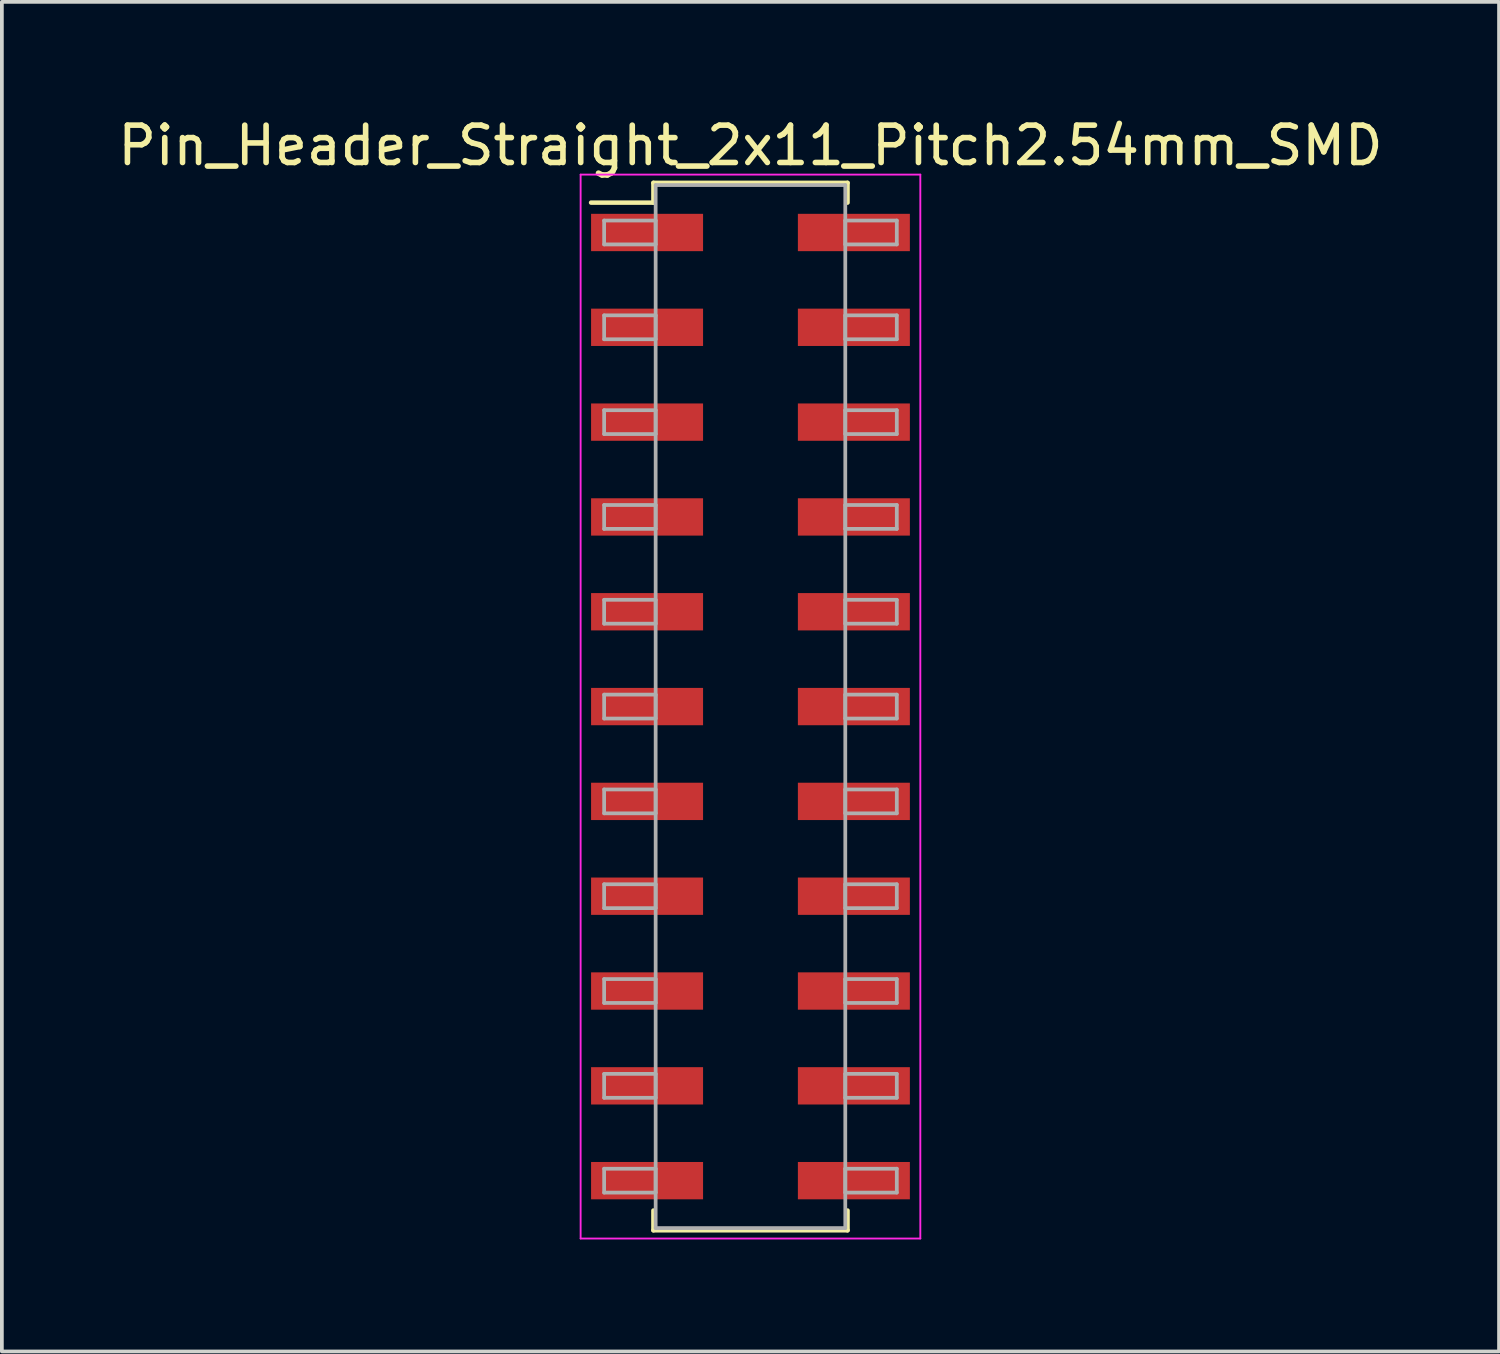
<source format=kicad_pcb>
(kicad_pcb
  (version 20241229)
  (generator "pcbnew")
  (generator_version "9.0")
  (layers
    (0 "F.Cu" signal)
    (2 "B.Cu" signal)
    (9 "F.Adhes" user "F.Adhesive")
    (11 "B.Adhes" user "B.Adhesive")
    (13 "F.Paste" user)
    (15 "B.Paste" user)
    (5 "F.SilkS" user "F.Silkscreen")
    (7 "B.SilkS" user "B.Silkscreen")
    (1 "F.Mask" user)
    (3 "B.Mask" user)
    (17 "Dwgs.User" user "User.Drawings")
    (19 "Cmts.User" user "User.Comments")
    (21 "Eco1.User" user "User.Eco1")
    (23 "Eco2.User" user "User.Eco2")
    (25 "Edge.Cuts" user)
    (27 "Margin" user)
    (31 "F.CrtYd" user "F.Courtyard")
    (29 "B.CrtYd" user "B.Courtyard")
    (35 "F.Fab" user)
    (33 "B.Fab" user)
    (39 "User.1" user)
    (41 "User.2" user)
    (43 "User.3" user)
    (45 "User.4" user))
  (footprint "Pin_Header_Straight_2x11_Pitch2.54mm_SMD"
    (layer "F.Cu")
    (at 17.054 15.878)
    (property "Reference" "Pin_Header_Straight_2x11_Pitch2.54mm_SMD" (at 0 -15.03 0) (layer "F.SilkS") (effects (font (size 1 1) (thickness 0.15))))
    (attr smd)
    (fp_line (start -4.27 -13.5) (end -2.6 -13.5) (stroke (width 0.12) (type solid)) (layer "F.SilkS"))
    (fp_line (start -2.6 -14.03) (end 2.6 -14.03) (stroke (width 0.12) (type solid)) (layer "F.SilkS"))
    (fp_line (start -2.6 -13.5) (end -2.6 -14.03) (stroke (width 0.12) (type solid)) (layer "F.SilkS"))
    (fp_line (start -2.6 13.5) (end -2.6 14.03) (stroke (width 0.12) (type solid)) (layer "F.SilkS"))
    (fp_line (start -2.6 14.03) (end 2.6 14.03) (stroke (width 0.12) (type solid)) (layer "F.SilkS"))
    (fp_line (start 2.6 -14.03) (end 2.6 -13.5) (stroke (width 0.12) (type solid)) (layer "F.SilkS"))
    (fp_line (start 2.6 14.03) (end 2.6 13.5) (stroke (width 0.12) (type solid)) (layer "F.SilkS"))
    (fp_line (start -4.55 -14.25) (end -4.55 14.25) (stroke (width 0.05) (type solid)) (layer "F.CrtYd"))
    (fp_line (start -4.55 14.25) (end 4.55 14.25) (stroke (width 0.05) (type solid)) (layer "F.CrtYd"))
    (fp_line (start 4.55 -14.25) (end -4.55 -14.25) (stroke (width 0.05) (type solid)) (layer "F.CrtYd"))
    (fp_line (start 4.55 14.25) (end 4.55 -14.25) (stroke (width 0.05) (type solid)) (layer "F.CrtYd"))
    (fp_line (start -3.92 -13.02) (end -2.54 -13.02) (stroke (width 0.1) (type solid)) (layer "F.Fab"))
    (fp_line (start -3.92 -12.38) (end -3.92 -13.02) (stroke (width 0.1) (type solid)) (layer "F.Fab"))
    (fp_line (start -3.92 -10.48) (end -2.54 -10.48) (stroke (width 0.1) (type solid)) (layer "F.Fab"))
    (fp_line (start -3.92 -9.84) (end -3.92 -10.48) (stroke (width 0.1) (type solid)) (layer "F.Fab"))
    (fp_line (start -3.92 -7.94) (end -2.54 -7.94) (stroke (width 0.1) (type solid)) (layer "F.Fab"))
    (fp_line (start -3.92 -7.3) (end -3.92 -7.94) (stroke (width 0.1) (type solid)) (layer "F.Fab"))
    (fp_line (start -3.92 -5.4) (end -2.54 -5.4) (stroke (width 0.1) (type solid)) (layer "F.Fab"))
    (fp_line (start -3.92 -4.76) (end -3.92 -5.4) (stroke (width 0.1) (type solid)) (layer "F.Fab"))
    (fp_line (start -3.92 -2.86) (end -2.54 -2.86) (stroke (width 0.1) (type solid)) (layer "F.Fab"))
    (fp_line (start -3.92 -2.22) (end -3.92 -2.86) (stroke (width 0.1) (type solid)) (layer "F.Fab"))
    (fp_line (start -3.92 -0.32) (end -2.54 -0.32) (stroke (width 0.1) (type solid)) (layer "F.Fab"))
    (fp_line (start -3.92 0.32) (end -3.92 -0.32) (stroke (width 0.1) (type solid)) (layer "F.Fab"))
    (fp_line (start -3.92 2.22) (end -2.54 2.22) (stroke (width 0.1) (type solid)) (layer "F.Fab"))
    (fp_line (start -3.92 2.86) (end -3.92 2.22) (stroke (width 0.1) (type solid)) (layer "F.Fab"))
    (fp_line (start -3.92 4.76) (end -2.54 4.76) (stroke (width 0.1) (type solid)) (layer "F.Fab"))
    (fp_line (start -3.92 5.4) (end -3.92 4.76) (stroke (width 0.1) (type solid)) (layer "F.Fab"))
    (fp_line (start -3.92 7.3) (end -2.54 7.3) (stroke (width 0.1) (type solid)) (layer "F.Fab"))
    (fp_line (start -3.92 7.94) (end -3.92 7.3) (stroke (width 0.1) (type solid)) (layer "F.Fab"))
    (fp_line (start -3.92 9.84) (end -2.54 9.84) (stroke (width 0.1) (type solid)) (layer "F.Fab"))
    (fp_line (start -3.92 10.48) (end -3.92 9.84) (stroke (width 0.1) (type solid)) (layer "F.Fab"))
    (fp_line (start -3.92 12.38) (end -2.54 12.38) (stroke (width 0.1) (type solid)) (layer "F.Fab"))
    (fp_line (start -3.92 13.02) (end -3.92 12.38) (stroke (width 0.1) (type solid)) (layer "F.Fab"))
    (fp_line (start -2.54 -13.97) (end -2.54 13.97) (stroke (width 0.1) (type solid)) (layer "F.Fab"))
    (fp_line (start -2.54 -13.02) (end -2.54 -12.38) (stroke (width 0.1) (type solid)) (layer "F.Fab"))
    (fp_line (start -2.54 -12.38) (end -3.92 -12.38) (stroke (width 0.1) (type solid)) (layer "F.Fab"))
    (fp_line (start -2.54 -10.48) (end -2.54 -9.84) (stroke (width 0.1) (type solid)) (layer "F.Fab"))
    (fp_line (start -2.54 -9.84) (end -3.92 -9.84) (stroke (width 0.1) (type solid)) (layer "F.Fab"))
    (fp_line (start -2.54 -7.94) (end -2.54 -7.3) (stroke (width 0.1) (type solid)) (layer "F.Fab"))
    (fp_line (start -2.54 -7.3) (end -3.92 -7.3) (stroke (width 0.1) (type solid)) (layer "F.Fab"))
    (fp_line (start -2.54 -5.4) (end -2.54 -4.76) (stroke (width 0.1) (type solid)) (layer "F.Fab"))
    (fp_line (start -2.54 -4.76) (end -3.92 -4.76) (stroke (width 0.1) (type solid)) (layer "F.Fab"))
    (fp_line (start -2.54 -2.86) (end -2.54 -2.22) (stroke (width 0.1) (type solid)) (layer "F.Fab"))
    (fp_line (start -2.54 -2.22) (end -3.92 -2.22) (stroke (width 0.1) (type solid)) (layer "F.Fab"))
    (fp_line (start -2.54 -0.32) (end -2.54 0.32) (stroke (width 0.1) (type solid)) (layer "F.Fab"))
    (fp_line (start -2.54 0.32) (end -3.92 0.32) (stroke (width 0.1) (type solid)) (layer "F.Fab"))
    (fp_line (start -2.54 2.22) (end -2.54 2.86) (stroke (width 0.1) (type solid)) (layer "F.Fab"))
    (fp_line (start -2.54 2.86) (end -3.92 2.86) (stroke (width 0.1) (type solid)) (layer "F.Fab"))
    (fp_line (start -2.54 4.76) (end -2.54 5.4) (stroke (width 0.1) (type solid)) (layer "F.Fab"))
    (fp_line (start -2.54 5.4) (end -3.92 5.4) (stroke (width 0.1) (type solid)) (layer "F.Fab"))
    (fp_line (start -2.54 7.3) (end -2.54 7.94) (stroke (width 0.1) (type solid)) (layer "F.Fab"))
    (fp_line (start -2.54 7.94) (end -3.92 7.94) (stroke (width 0.1) (type solid)) (layer "F.Fab"))
    (fp_line (start -2.54 9.84) (end -2.54 10.48) (stroke (width 0.1) (type solid)) (layer "F.Fab"))
    (fp_line (start -2.54 10.48) (end -3.92 10.48) (stroke (width 0.1) (type solid)) (layer "F.Fab"))
    (fp_line (start -2.54 12.38) (end -2.54 13.02) (stroke (width 0.1) (type solid)) (layer "F.Fab"))
    (fp_line (start -2.54 13.02) (end -3.92 13.02) (stroke (width 0.1) (type solid)) (layer "F.Fab"))
    (fp_line (start -2.54 13.97) (end 2.54 13.97) (stroke (width 0.1) (type solid)) (layer "F.Fab"))
    (fp_line (start 2.54 -13.97) (end -2.54 -13.97) (stroke (width 0.1) (type solid)) (layer "F.Fab"))
    (fp_line (start 2.54 -13.02) (end 2.54 -12.38) (stroke (width 0.1) (type solid)) (layer "F.Fab"))
    (fp_line (start 2.54 -12.38) (end 3.92 -12.38) (stroke (width 0.1) (type solid)) (layer "F.Fab"))
    (fp_line (start 2.54 -10.48) (end 2.54 -9.84) (stroke (width 0.1) (type solid)) (layer "F.Fab"))
    (fp_line (start 2.54 -9.84) (end 3.92 -9.84) (stroke (width 0.1) (type solid)) (layer "F.Fab"))
    (fp_line (start 2.54 -7.94) (end 2.54 -7.3) (stroke (width 0.1) (type solid)) (layer "F.Fab"))
    (fp_line (start 2.54 -7.3) (end 3.92 -7.3) (stroke (width 0.1) (type solid)) (layer "F.Fab"))
    (fp_line (start 2.54 -5.4) (end 2.54 -4.76) (stroke (width 0.1) (type solid)) (layer "F.Fab"))
    (fp_line (start 2.54 -4.76) (end 3.92 -4.76) (stroke (width 0.1) (type solid)) (layer "F.Fab"))
    (fp_line (start 2.54 -2.86) (end 2.54 -2.22) (stroke (width 0.1) (type solid)) (layer "F.Fab"))
    (fp_line (start 2.54 -2.22) (end 3.92 -2.22) (stroke (width 0.1) (type solid)) (layer "F.Fab"))
    (fp_line (start 2.54 -0.32) (end 2.54 0.32) (stroke (width 0.1) (type solid)) (layer "F.Fab"))
    (fp_line (start 2.54 0.32) (end 3.92 0.32) (stroke (width 0.1) (type solid)) (layer "F.Fab"))
    (fp_line (start 2.54 2.22) (end 2.54 2.86) (stroke (width 0.1) (type solid)) (layer "F.Fab"))
    (fp_line (start 2.54 2.86) (end 3.92 2.86) (stroke (width 0.1) (type solid)) (layer "F.Fab"))
    (fp_line (start 2.54 4.76) (end 2.54 5.4) (stroke (width 0.1) (type solid)) (layer "F.Fab"))
    (fp_line (start 2.54 5.4) (end 3.92 5.4) (stroke (width 0.1) (type solid)) (layer "F.Fab"))
    (fp_line (start 2.54 7.3) (end 2.54 7.94) (stroke (width 0.1) (type solid)) (layer "F.Fab"))
    (fp_line (start 2.54 7.94) (end 3.92 7.94) (stroke (width 0.1) (type solid)) (layer "F.Fab"))
    (fp_line (start 2.54 9.84) (end 2.54 10.48) (stroke (width 0.1) (type solid)) (layer "F.Fab"))
    (fp_line (start 2.54 10.48) (end 3.92 10.48) (stroke (width 0.1) (type solid)) (layer "F.Fab"))
    (fp_line (start 2.54 12.38) (end 2.54 13.02) (stroke (width 0.1) (type solid)) (layer "F.Fab"))
    (fp_line (start 2.54 13.02) (end 3.92 13.02) (stroke (width 0.1) (type solid)) (layer "F.Fab"))
    (fp_line (start 2.54 13.97) (end 2.54 -13.97) (stroke (width 0.1) (type solid)) (layer "F.Fab"))
    (fp_line (start 3.92 -13.02) (end 2.54 -13.02) (stroke (width 0.1) (type solid)) (layer "F.Fab"))
    (fp_line (start 3.92 -12.38) (end 3.92 -13.02) (stroke (width 0.1) (type solid)) (layer "F.Fab"))
    (fp_line (start 3.92 -10.48) (end 2.54 -10.48) (stroke (width 0.1) (type solid)) (layer "F.Fab"))
    (fp_line (start 3.92 -9.84) (end 3.92 -10.48) (stroke (width 0.1) (type solid)) (layer "F.Fab"))
    (fp_line (start 3.92 -7.94) (end 2.54 -7.94) (stroke (width 0.1) (type solid)) (layer "F.Fab"))
    (fp_line (start 3.92 -7.3) (end 3.92 -7.94) (stroke (width 0.1) (type solid)) (layer "F.Fab"))
    (fp_line (start 3.92 -5.4) (end 2.54 -5.4) (stroke (width 0.1) (type solid)) (layer "F.Fab"))
    (fp_line (start 3.92 -4.76) (end 3.92 -5.4) (stroke (width 0.1) (type solid)) (layer "F.Fab"))
    (fp_line (start 3.92 -2.86) (end 2.54 -2.86) (stroke (width 0.1) (type solid)) (layer "F.Fab"))
    (fp_line (start 3.92 -2.22) (end 3.92 -2.86) (stroke (width 0.1) (type solid)) (layer "F.Fab"))
    (fp_line (start 3.92 -0.32) (end 2.54 -0.32) (stroke (width 0.1) (type solid)) (layer "F.Fab"))
    (fp_line (start 3.92 0.32) (end 3.92 -0.32) (stroke (width 0.1) (type solid)) (layer "F.Fab"))
    (fp_line (start 3.92 2.22) (end 2.54 2.22) (stroke (width 0.1) (type solid)) (layer "F.Fab"))
    (fp_line (start 3.92 2.86) (end 3.92 2.22) (stroke (width 0.1) (type solid)) (layer "F.Fab"))
    (fp_line (start 3.92 4.76) (end 2.54 4.76) (stroke (width 0.1) (type solid)) (layer "F.Fab"))
    (fp_line (start 3.92 5.4) (end 3.92 4.76) (stroke (width 0.1) (type solid)) (layer "F.Fab"))
    (fp_line (start 3.92 7.3) (end 2.54 7.3) (stroke (width 0.1) (type solid)) (layer "F.Fab"))
    (fp_line (start 3.92 7.94) (end 3.92 7.3) (stroke (width 0.1) (type solid)) (layer "F.Fab"))
    (fp_line (start 3.92 9.84) (end 2.54 9.84) (stroke (width 0.1) (type solid)) (layer "F.Fab"))
    (fp_line (start 3.92 10.48) (end 3.92 9.84) (stroke (width 0.1) (type solid)) (layer "F.Fab"))
    (fp_line (start 3.92 12.38) (end 2.54 12.38) (stroke (width 0.1) (type solid)) (layer "F.Fab"))
    (fp_line (start 3.92 13.02) (end 3.92 12.38) (stroke (width 0.1) (type solid)) (layer "F.Fab"))
    (pad "1" smd rect (at -2.77 -12.7) (size 3 1) (layers "F.Cu" "F.Mask"))
    (pad "2" smd rect (at 2.77 -12.7) (size 3 1) (layers "F.Cu" "F.Mask"))
    (pad "3" smd rect (at -2.77 -10.16) (size 3 1) (layers "F.Cu" "F.Mask"))
    (pad "4" smd rect (at 2.77 -10.16) (size 3 1) (layers "F.Cu" "F.Mask"))
    (pad "5" smd rect (at -2.77 -7.62) (size 3 1) (layers "F.Cu" "F.Mask"))
    (pad "6" smd rect (at 2.77 -7.62) (size 3 1) (layers "F.Cu" "F.Mask"))
    (pad "7" smd rect (at -2.77 -5.08) (size 3 1) (layers "F.Cu" "F.Mask"))
    (pad "8" smd rect (at 2.77 -5.08) (size 3 1) (layers "F.Cu" "F.Mask"))
    (pad "9" smd rect (at -2.77 -2.54) (size 3 1) (layers "F.Cu" "F.Mask"))
    (pad "10" smd rect (at 2.77 -2.54) (size 3 1) (layers "F.Cu" "F.Mask"))
    (pad "11" smd rect (at -2.77 0) (size 3 1) (layers "F.Cu" "F.Mask"))
    (pad "12" smd rect (at 2.77 0) (size 3 1) (layers "F.Cu" "F.Mask"))
    (pad "13" smd rect (at -2.77 2.54) (size 3 1) (layers "F.Cu" "F.Mask"))
    (pad "14" smd rect (at 2.77 2.54) (size 3 1) (layers "F.Cu" "F.Mask"))
    (pad "15" smd rect (at -2.77 5.08) (size 3 1) (layers "F.Cu" "F.Mask"))
    (pad "16" smd rect (at 2.77 5.08) (size 3 1) (layers "F.Cu" "F.Mask"))
    (pad "17" smd rect (at -2.77 7.62) (size 3 1) (layers "F.Cu" "F.Mask"))
    (pad "18" smd rect (at 2.77 7.62) (size 3 1) (layers "F.Cu" "F.Mask"))
    (pad "19" smd rect (at -2.77 10.16) (size 3 1) (layers "F.Cu" "F.Mask"))
    (pad "20" smd rect (at 2.77 10.16) (size 3 1) (layers "F.Cu" "F.Mask"))
    (pad "21" smd rect (at -2.77 12.7) (size 3 1) (layers "F.Cu" "F.Mask"))
    (pad "22" smd rect (at 2.77 12.7) (size 3 1) (layers "F.Cu" "F.Mask")))
  (gr_rect
    (start -3 -3)
    (end 37.107 33.153)
    (stroke (width 0.1) (type default))
    (fill no)
    (layer "Edge.Cuts")))
</source>
